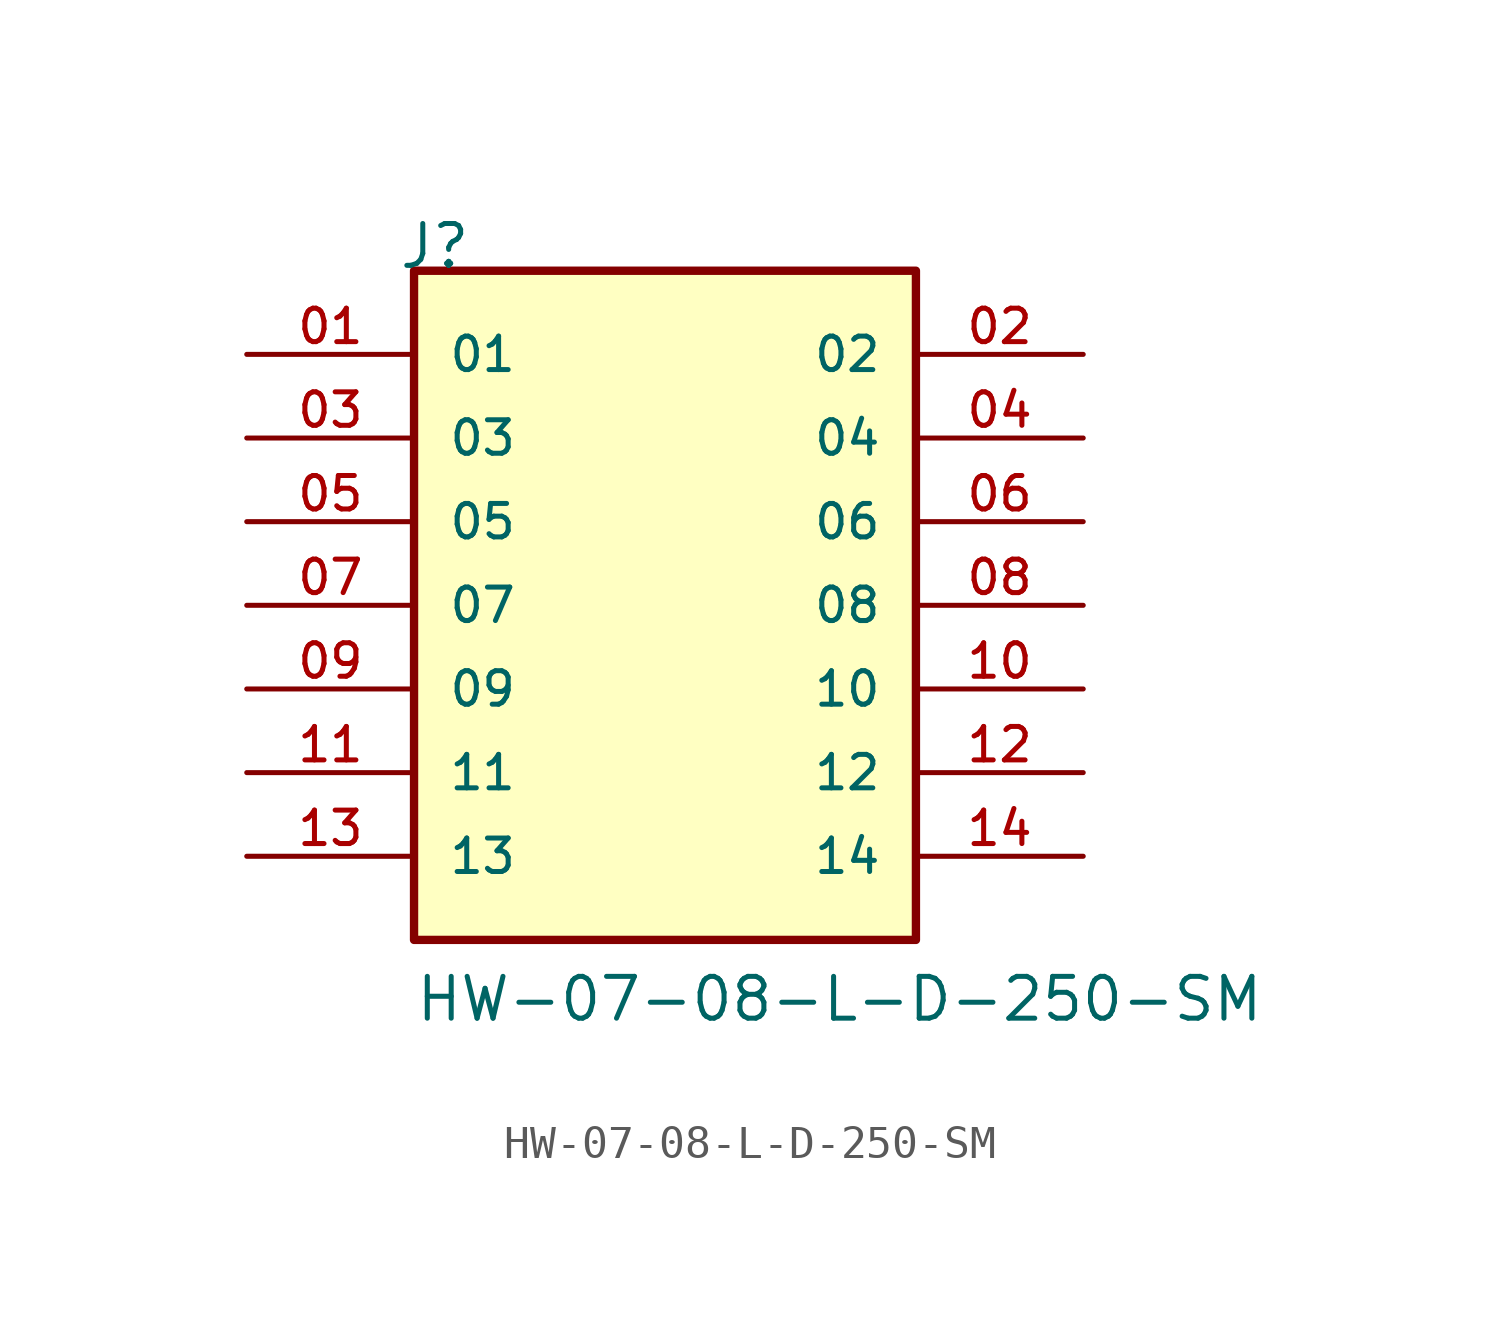
<source format=kicad_sym>
(kicad_symbol_lib
  (version 20211014)
  (generator kicad_symbol_editor)
  (symbol "HW-07-08-L-D-250-SM"
    (pin_names
      (offset 1.016))
    (property "Reference" "J"
      (at -8.12 10.16 0)
      (effects (font (size 1.27 1.27)) (justify bottom left)))
    (property "Value" "HW-07-08-L-D-250-SM"
      (at -7.62 -12.7 0)
      (effects (font (size 1.27 1.27)) (justify bottom left)))
    (symbol "HW-07-08-L-D-250-SM_0_0"
      (rectangle (start -7.62 -10.16) (end 7.62 10.16) (stroke (width 0.254)) (fill (type background)))
      (pin passive line (at -12.7 7.62 0) (length 5.08) (name "01" (effects (font (size 1.016 1.016)))) (number "01" (effects (font (size 1.016 1.016)))))
      (pin passive line (at 12.7 7.62 180.0) (length 5.08) (name "02" (effects (font (size 1.016 1.016)))) (number "02" (effects (font (size 1.016 1.016)))))
      (pin passive line (at -12.7 5.08 0) (length 5.08) (name "03" (effects (font (size 1.016 1.016)))) (number "03" (effects (font (size 1.016 1.016)))))
      (pin passive line (at 12.7 5.08 180.0) (length 5.08) (name "04" (effects (font (size 1.016 1.016)))) (number "04" (effects (font (size 1.016 1.016)))))
      (pin passive line (at -12.7 2.54 0) (length 5.08) (name "05" (effects (font (size 1.016 1.016)))) (number "05" (effects (font (size 1.016 1.016)))))
      (pin passive line (at 12.7 2.54 180.0) (length 5.08) (name "06" (effects (font (size 1.016 1.016)))) (number "06" (effects (font (size 1.016 1.016)))))
      (pin passive line (at -12.7 0.0 0) (length 5.08) (name "07" (effects (font (size 1.016 1.016)))) (number "07" (effects (font (size 1.016 1.016)))))
      (pin passive line (at 12.7 0.0 180.0) (length 5.08) (name "08" (effects (font (size 1.016 1.016)))) (number "08" (effects (font (size 1.016 1.016)))))
      (pin passive line (at -12.7 -2.54 0) (length 5.08) (name "09" (effects (font (size 1.016 1.016)))) (number "09" (effects (font (size 1.016 1.016)))))
      (pin passive line (at 12.7 -2.54 180.0) (length 5.08) (name "10" (effects (font (size 1.016 1.016)))) (number "10" (effects (font (size 1.016 1.016)))))
      (pin passive line (at -12.7 -5.08 0) (length 5.08) (name "11" (effects (font (size 1.016 1.016)))) (number "11" (effects (font (size 1.016 1.016)))))
      (pin passive line (at 12.7 -5.08 180.0) (length 5.08) (name "12" (effects (font (size 1.016 1.016)))) (number "12" (effects (font (size 1.016 1.016)))))
      (pin passive line (at -12.7 -7.62 0) (length 5.08) (name "13" (effects (font (size 1.016 1.016)))) (number "13" (effects (font (size 1.016 1.016)))))
      (pin passive line (at 12.7 -7.62 180.0) (length 5.08) (name "14" (effects (font (size 1.016 1.016)))) (number "14" (effects (font (size 1.016 1.016))))))))
</source>
